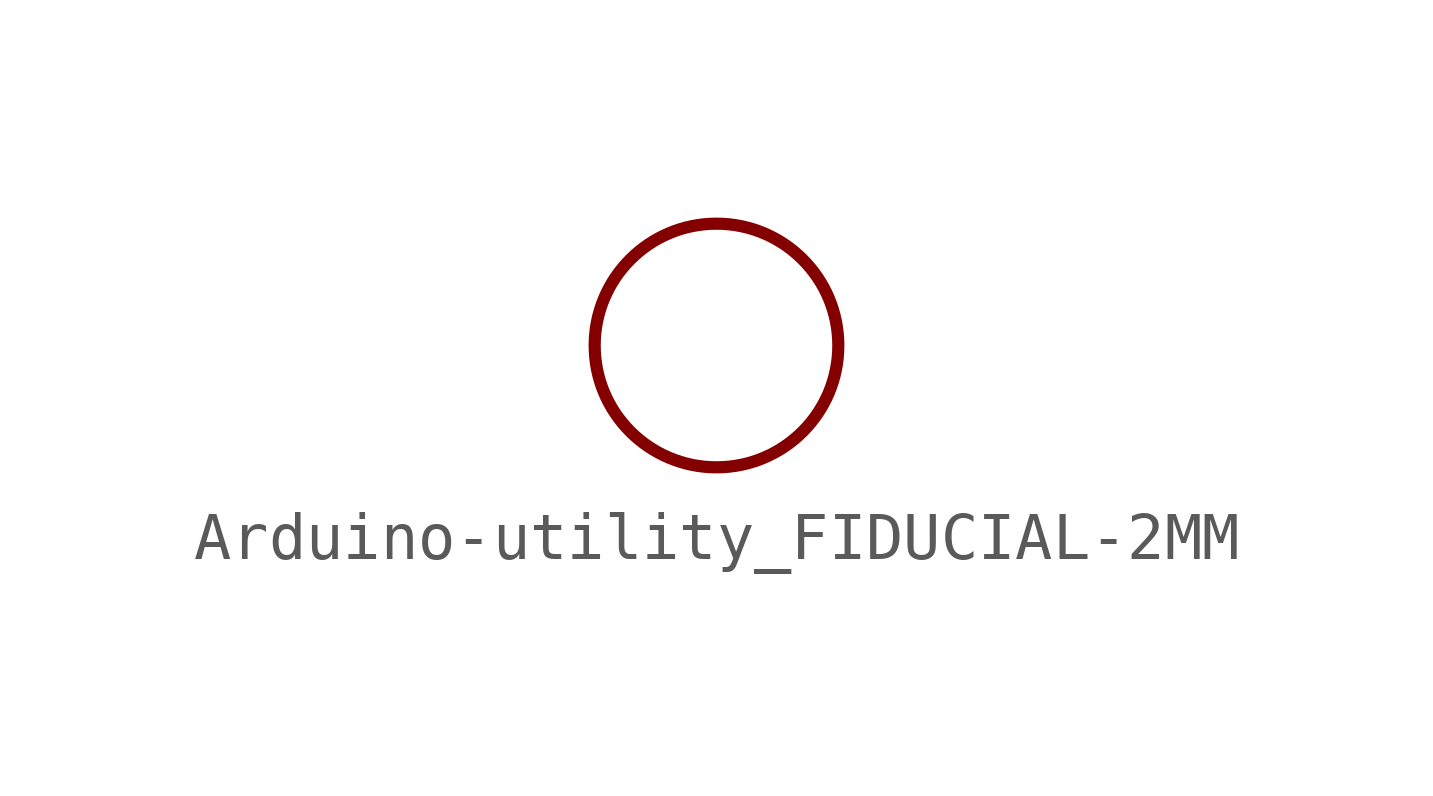
<source format=kicad_sym>
(kicad_symbol_lib
  (version 20241209)
  (generator "kicad_symbol_editor")
  (generator_version "9.0")
  (symbol "Arduino-utility_FIDUCIAL-2MM"
    (property "Reference" "FD"
      (at 0 0 0)
      (effects (font (size 1.27 1.27)) (hide yes)))
    (property "ki_locked" ""
      (at 0 0 0)
      (effects (font (size 1.27 1.27))))
    (symbol "Arduino-utility_FIDUCIAL-2MM_1_0"
      (circle (center 0 0) (radius 2.54) (stroke (width 0.254) (type solid)) (fill (type none))))))
</source>
